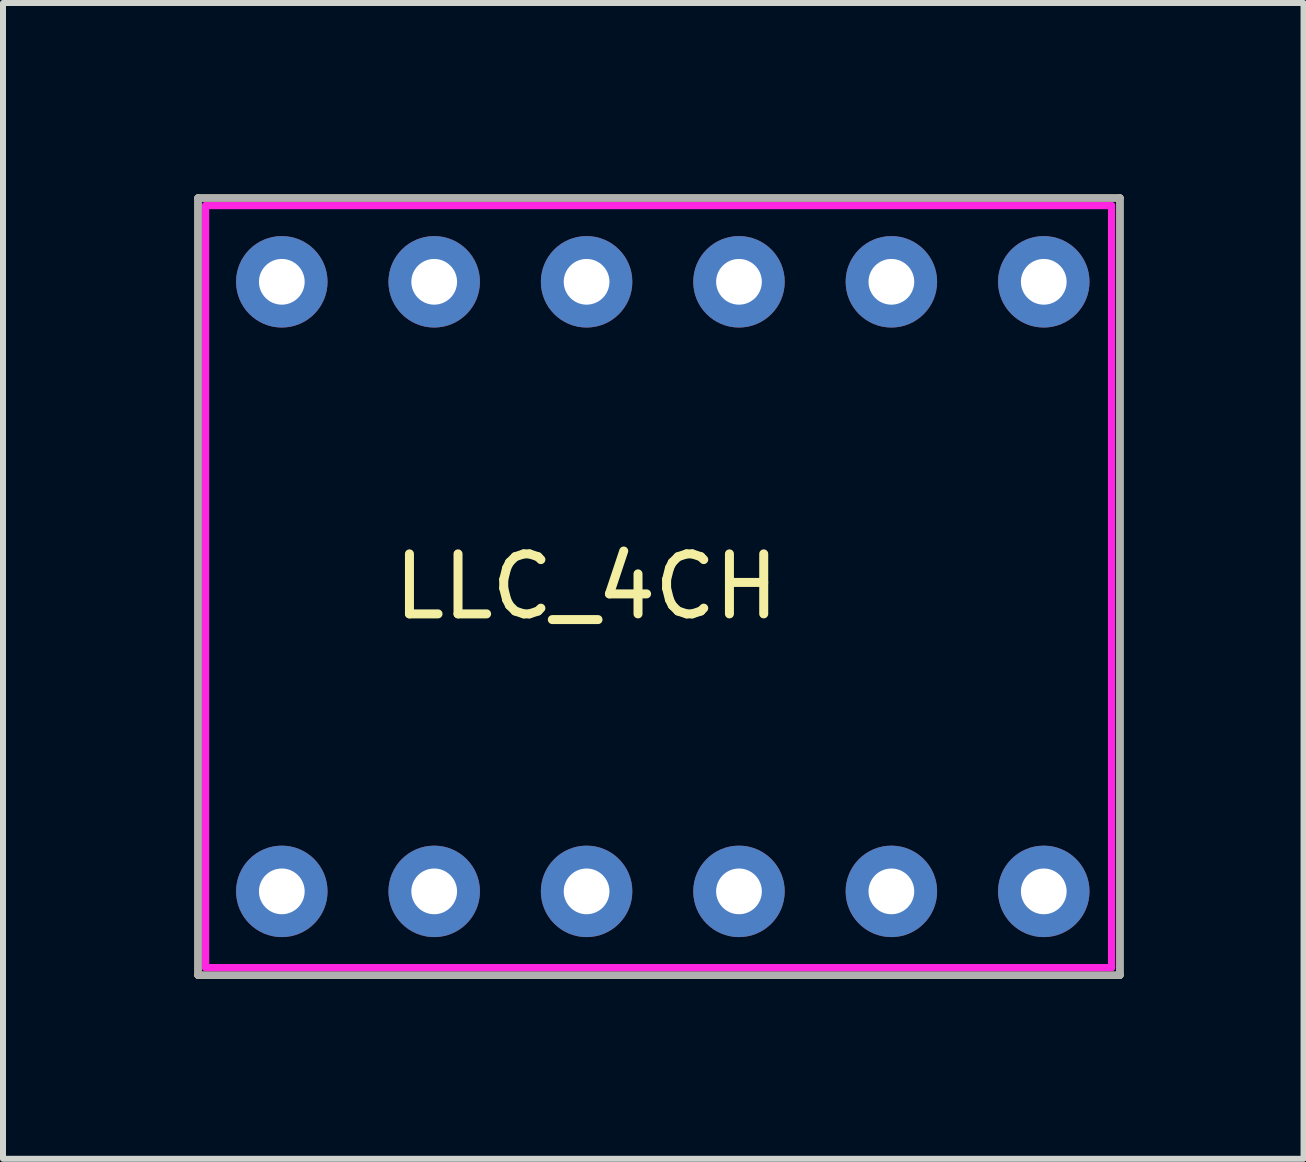
<source format=kicad_pcb>
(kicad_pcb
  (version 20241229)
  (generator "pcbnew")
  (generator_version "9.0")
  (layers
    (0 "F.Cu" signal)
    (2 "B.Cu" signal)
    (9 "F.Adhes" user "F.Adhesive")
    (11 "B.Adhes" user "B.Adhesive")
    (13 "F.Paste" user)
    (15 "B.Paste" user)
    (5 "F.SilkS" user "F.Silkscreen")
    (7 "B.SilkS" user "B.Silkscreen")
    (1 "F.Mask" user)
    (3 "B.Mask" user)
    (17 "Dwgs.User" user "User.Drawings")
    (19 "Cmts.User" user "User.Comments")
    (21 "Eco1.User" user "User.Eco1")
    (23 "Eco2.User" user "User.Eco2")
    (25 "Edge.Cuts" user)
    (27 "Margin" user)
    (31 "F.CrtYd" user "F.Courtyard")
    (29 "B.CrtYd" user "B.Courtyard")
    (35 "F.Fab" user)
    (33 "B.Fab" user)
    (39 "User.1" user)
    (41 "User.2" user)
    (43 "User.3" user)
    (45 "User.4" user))
  (footprint "LLC_4CH"
    (layer "F.Cu")
    (at 0.25 0.25)
    (property "Reference" "LLC_4CH" (at 6.477 6.477 0) (layer "F.SilkS") (effects (font (size 1 1) (thickness 0.15))))
    (attr through_hole)
    (fp_line (start 0 0) (end 0 12.954) (stroke (width 0.12) (type solid)) (layer "F.SilkS"))
    (fp_line (start 0 12.954) (end 15.367 12.954) (stroke (width 0.12) (type solid)) (layer "F.SilkS"))
    (fp_line (start 15.367 0) (end 0 0) (stroke (width 0.12) (type solid)) (layer "F.SilkS"))
    (fp_line (start 15.367 12.954) (end 15.367 0) (stroke (width 0.12) (type solid)) (layer "F.SilkS"))
    (fp_line (start 0.127 0.127) (end 0.127 12.827) (stroke (width 0.12) (type solid)) (layer "F.CrtYd"))
    (fp_line (start 0.127 0.127) (end 15.227 0.127) (stroke (width 0.12) (type solid)) (layer "F.CrtYd"))
    (fp_line (start 0.127 12.827) (end 15.227 12.827) (stroke (width 0.12) (type solid)) (layer "F.CrtYd"))
    (fp_line (start 15.227 0.127) (end 15.227 12.827) (stroke (width 0.12) (type solid)) (layer "F.CrtYd"))
    (fp_line (start 0 0) (end 0 12.954) (stroke (width 0.12) (type solid)) (layer "F.Fab"))
    (fp_line (start 0 12.954) (end 15.367 12.954) (stroke (width 0.12) (type solid)) (layer "F.Fab"))
    (fp_line (start 15.367 0) (end 0 0) (stroke (width 0.12) (type solid)) (layer "F.Fab"))
    (fp_line (start 15.367 12.954) (end 15.367 0) (stroke (width 0.12) (type solid)) (layer "F.Fab"))
    (pad "1" thru_hole circle (at 6.477 11.557) (size 1.524 1.524) (drill 0.762) (layers "*.Cu" "*.Mask"))
    (pad "2" thru_hole circle (at 6.477 1.397) (size 1.524 1.524) (drill 0.762) (layers "*.Cu" "*.Mask"))
    (pad "3" thru_hole circle (at 9.017 1.397) (size 1.524 1.524) (drill 0.762) (layers "*.Cu" "*.Mask"))
    (pad "3" thru_hole circle (at 9.017 11.557) (size 1.524 1.524) (drill 0.762) (layers "*.Cu" "*.Mask"))
    (pad "4" thru_hole circle (at 1.397 11.557) (size 1.524 1.524) (drill 0.762) (layers "*.Cu" "*.Mask"))
    (pad "5" thru_hole circle (at 1.397 1.397) (size 1.524 1.524) (drill 0.762) (layers "*.Cu" "*.Mask"))
    (pad "6" thru_hole circle (at 3.937 11.557) (size 1.524 1.524) (drill 0.762) (layers "*.Cu" "*.Mask"))
    (pad "7" thru_hole circle (at 3.937 1.397) (size 1.524 1.524) (drill 0.762) (layers "*.Cu" "*.Mask"))
    (pad "8" thru_hole circle (at 11.557 11.557) (size 1.524 1.524) (drill 0.762) (layers "*.Cu" "*.Mask"))
    (pad "9" thru_hole circle (at 11.557 1.397) (size 1.524 1.524) (drill 0.762) (layers "*.Cu" "*.Mask"))
    (pad "10" thru_hole circle (at 14.097 11.557) (size 1.524 1.524) (drill 0.762) (layers "*.Cu" "*.Mask"))
    (pad "11" thru_hole circle (at 14.097 1.397) (size 1.524 1.524) (drill 0.762) (layers "*.Cu" "*.Mask")))
  (gr_rect
    (start -3 -3)
    (end 18.677 16.264)
    (stroke (width 0.1) (type default))
    (fill no)
    (layer "Edge.Cuts")))
</source>
